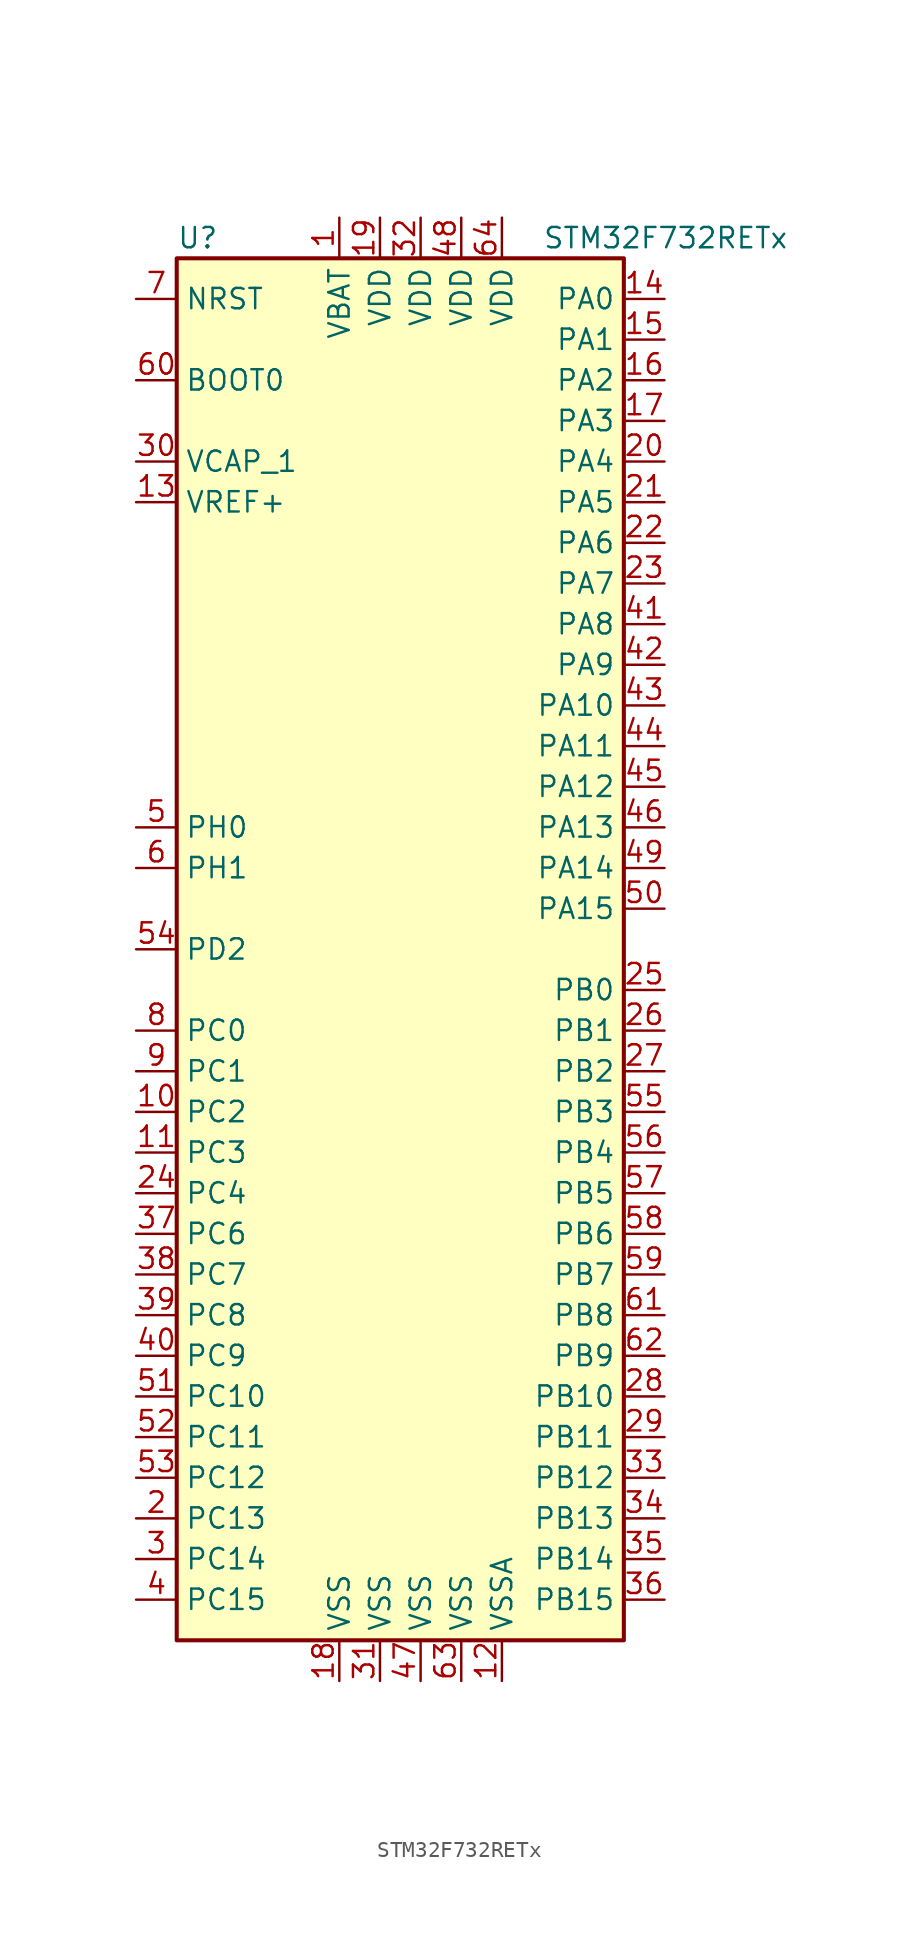
<source format=kicad_sym>
(kicad_symbol_lib
  (version 20220914)
  (generator kicad_symbol_editor)
  (symbol "STM32F732RETx"
    (property "Reference" "U"
      (at -15.24 44.45 0)
      (effects (font (size 1.27 1.27)) (justify left)))
    (property "Value" "STM32F732RETx"
      (at 7.62 44.45 0)
      (effects (font (size 1.27 1.27)) (justify left)))
    (symbol "STM32F732RETx_0_1"
      (rectangle (start -15.24 -43.18) (end 12.7 43.18) (stroke (width 0.254) (type default)) (fill (type background))))
    (symbol "STM32F732RETx_1_1"
      (pin power_in line (at -5.08 45.72 270) (length 2.54) (name "VBAT" (effects (font (size 1.27 1.27)))) (number "1" (effects (font (size 1.27 1.27)))))
      (pin bidirectional line (at -17.78 -10.16 0) (length 2.54) (name "PC2" (effects (font (size 1.27 1.27)))) (number "10" (effects (font (size 1.27 1.27)))))
      (pin bidirectional line (at -17.78 -12.7 0) (length 2.54) (name "PC3" (effects (font (size 1.27 1.27)))) (number "11" (effects (font (size 1.27 1.27)))))
      (pin power_in line (at 5.08 -45.72 90) (length 2.54) (name "VSSA" (effects (font (size 1.27 1.27)))) (number "12" (effects (font (size 1.27 1.27)))))
      (pin power_in line (at -17.78 27.94 0) (length 2.54) (name "VREF+" (effects (font (size 1.27 1.27)))) (number "13" (effects (font (size 1.27 1.27)))))
      (pin bidirectional line (at 15.24 40.64 180) (length 2.54) (name "PA0" (effects (font (size 1.27 1.27)))) (number "14" (effects (font (size 1.27 1.27)))))
      (pin bidirectional line (at 15.24 38.1 180) (length 2.54) (name "PA1" (effects (font (size 1.27 1.27)))) (number "15" (effects (font (size 1.27 1.27)))))
      (pin bidirectional line (at 15.24 35.56 180) (length 2.54) (name "PA2" (effects (font (size 1.27 1.27)))) (number "16" (effects (font (size 1.27 1.27)))))
      (pin bidirectional line (at 15.24 33.02 180) (length 2.54) (name "PA3" (effects (font (size 1.27 1.27)))) (number "17" (effects (font (size 1.27 1.27)))))
      (pin power_in line (at -5.08 -45.72 90) (length 2.54) (name "VSS" (effects (font (size 1.27 1.27)))) (number "18" (effects (font (size 1.27 1.27)))))
      (pin power_in line (at -2.54 45.72 270) (length 2.54) (name "VDD" (effects (font (size 1.27 1.27)))) (number "19" (effects (font (size 1.27 1.27)))))
      (pin bidirectional line (at -17.78 -35.56 0) (length 2.54) (name "PC13" (effects (font (size 1.27 1.27)))) (number "2" (effects (font (size 1.27 1.27)))))
      (pin bidirectional line (at 15.24 30.48 180) (length 2.54) (name "PA4" (effects (font (size 1.27 1.27)))) (number "20" (effects (font (size 1.27 1.27)))))
      (pin bidirectional line (at 15.24 27.94 180) (length 2.54) (name "PA5" (effects (font (size 1.27 1.27)))) (number "21" (effects (font (size 1.27 1.27)))))
      (pin bidirectional line (at 15.24 25.4 180) (length 2.54) (name "PA6" (effects (font (size 1.27 1.27)))) (number "22" (effects (font (size 1.27 1.27)))))
      (pin bidirectional line (at 15.24 22.86 180) (length 2.54) (name "PA7" (effects (font (size 1.27 1.27)))) (number "23" (effects (font (size 1.27 1.27)))))
      (pin bidirectional line (at -17.78 -15.24 0) (length 2.54) (name "PC4" (effects (font (size 1.27 1.27)))) (number "24" (effects (font (size 1.27 1.27)))))
      (pin bidirectional line (at 15.24 -2.54 180) (length 2.54) (name "PB0" (effects (font (size 1.27 1.27)))) (number "25" (effects (font (size 1.27 1.27)))))
      (pin bidirectional line (at 15.24 -5.08 180) (length 2.54) (name "PB1" (effects (font (size 1.27 1.27)))) (number "26" (effects (font (size 1.27 1.27)))))
      (pin bidirectional line (at 15.24 -7.62 180) (length 2.54) (name "PB2" (effects (font (size 1.27 1.27)))) (number "27" (effects (font (size 1.27 1.27)))))
      (pin bidirectional line (at 15.24 -27.94 180) (length 2.54) (name "PB10" (effects (font (size 1.27 1.27)))) (number "28" (effects (font (size 1.27 1.27)))))
      (pin bidirectional line (at 15.24 -30.48 180) (length 2.54) (name "PB11" (effects (font (size 1.27 1.27)))) (number "29" (effects (font (size 1.27 1.27)))))
      (pin bidirectional line (at -17.78 -38.1 0) (length 2.54) (name "PC14" (effects (font (size 1.27 1.27)))) (number "3" (effects (font (size 1.27 1.27)))))
      (pin power_in line (at -17.78 30.48 0) (length 2.54) (name "VCAP_1" (effects (font (size 1.27 1.27)))) (number "30" (effects (font (size 1.27 1.27)))))
      (pin power_in line (at -2.54 -45.72 90) (length 2.54) (name "VSS" (effects (font (size 1.27 1.27)))) (number "31" (effects (font (size 1.27 1.27)))))
      (pin power_in line (at 0 45.72 270) (length 2.54) (name "VDD" (effects (font (size 1.27 1.27)))) (number "32" (effects (font (size 1.27 1.27)))))
      (pin bidirectional line (at 15.24 -33.02 180) (length 2.54) (name "PB12" (effects (font (size 1.27 1.27)))) (number "33" (effects (font (size 1.27 1.27)))))
      (pin bidirectional line (at 15.24 -35.56 180) (length 2.54) (name "PB13" (effects (font (size 1.27 1.27)))) (number "34" (effects (font (size 1.27 1.27)))))
      (pin bidirectional line (at 15.24 -38.1 180) (length 2.54) (name "PB14" (effects (font (size 1.27 1.27)))) (number "35" (effects (font (size 1.27 1.27)))))
      (pin bidirectional line (at 15.24 -40.64 180) (length 2.54) (name "PB15" (effects (font (size 1.27 1.27)))) (number "36" (effects (font (size 1.27 1.27)))))
      (pin bidirectional line (at -17.78 -17.78 0) (length 2.54) (name "PC6" (effects (font (size 1.27 1.27)))) (number "37" (effects (font (size 1.27 1.27)))))
      (pin bidirectional line (at -17.78 -20.32 0) (length 2.54) (name "PC7" (effects (font (size 1.27 1.27)))) (number "38" (effects (font (size 1.27 1.27)))))
      (pin bidirectional line (at -17.78 -22.86 0) (length 2.54) (name "PC8" (effects (font (size 1.27 1.27)))) (number "39" (effects (font (size 1.27 1.27)))))
      (pin bidirectional line (at -17.78 -40.64 0) (length 2.54) (name "PC15" (effects (font (size 1.27 1.27)))) (number "4" (effects (font (size 1.27 1.27)))))
      (pin bidirectional line (at -17.78 -25.4 0) (length 2.54) (name "PC9" (effects (font (size 1.27 1.27)))) (number "40" (effects (font (size 1.27 1.27)))))
      (pin bidirectional line (at 15.24 20.32 180) (length 2.54) (name "PA8" (effects (font (size 1.27 1.27)))) (number "41" (effects (font (size 1.27 1.27)))))
      (pin bidirectional line (at 15.24 17.78 180) (length 2.54) (name "PA9" (effects (font (size 1.27 1.27)))) (number "42" (effects (font (size 1.27 1.27)))))
      (pin bidirectional line (at 15.24 15.24 180) (length 2.54) (name "PA10" (effects (font (size 1.27 1.27)))) (number "43" (effects (font (size 1.27 1.27)))))
      (pin bidirectional line (at 15.24 12.7 180) (length 2.54) (name "PA11" (effects (font (size 1.27 1.27)))) (number "44" (effects (font (size 1.27 1.27)))))
      (pin bidirectional line (at 15.24 10.16 180) (length 2.54) (name "PA12" (effects (font (size 1.27 1.27)))) (number "45" (effects (font (size 1.27 1.27)))))
      (pin bidirectional line (at 15.24 7.62 180) (length 2.54) (name "PA13" (effects (font (size 1.27 1.27)))) (number "46" (effects (font (size 1.27 1.27)))))
      (pin power_in line (at 0 -45.72 90) (length 2.54) (name "VSS" (effects (font (size 1.27 1.27)))) (number "47" (effects (font (size 1.27 1.27)))))
      (pin power_in line (at 2.54 45.72 270) (length 2.54) (name "VDD" (effects (font (size 1.27 1.27)))) (number "48" (effects (font (size 1.27 1.27)))))
      (pin bidirectional line (at 15.24 5.08 180) (length 2.54) (name "PA14" (effects (font (size 1.27 1.27)))) (number "49" (effects (font (size 1.27 1.27)))))
      (pin input line (at -17.78 7.62 0) (length 2.54) (name "PH0" (effects (font (size 1.27 1.27)))) (number "5" (effects (font (size 1.27 1.27)))))
      (pin bidirectional line (at 15.24 2.54 180) (length 2.54) (name "PA15" (effects (font (size 1.27 1.27)))) (number "50" (effects (font (size 1.27 1.27)))))
      (pin bidirectional line (at -17.78 -27.94 0) (length 2.54) (name "PC10" (effects (font (size 1.27 1.27)))) (number "51" (effects (font (size 1.27 1.27)))))
      (pin bidirectional line (at -17.78 -30.48 0) (length 2.54) (name "PC11" (effects (font (size 1.27 1.27)))) (number "52" (effects (font (size 1.27 1.27)))))
      (pin bidirectional line (at -17.78 -33.02 0) (length 2.54) (name "PC12" (effects (font (size 1.27 1.27)))) (number "53" (effects (font (size 1.27 1.27)))))
      (pin bidirectional line (at -17.78 0 0) (length 2.54) (name "PD2" (effects (font (size 1.27 1.27)))) (number "54" (effects (font (size 1.27 1.27)))))
      (pin bidirectional line (at 15.24 -10.16 180) (length 2.54) (name "PB3" (effects (font (size 1.27 1.27)))) (number "55" (effects (font (size 1.27 1.27)))))
      (pin bidirectional line (at 15.24 -12.7 180) (length 2.54) (name "PB4" (effects (font (size 1.27 1.27)))) (number "56" (effects (font (size 1.27 1.27)))))
      (pin bidirectional line (at 15.24 -15.24 180) (length 2.54) (name "PB5" (effects (font (size 1.27 1.27)))) (number "57" (effects (font (size 1.27 1.27)))))
      (pin bidirectional line (at 15.24 -17.78 180) (length 2.54) (name "PB6" (effects (font (size 1.27 1.27)))) (number "58" (effects (font (size 1.27 1.27)))))
      (pin bidirectional line (at 15.24 -20.32 180) (length 2.54) (name "PB7" (effects (font (size 1.27 1.27)))) (number "59" (effects (font (size 1.27 1.27)))))
      (pin input line (at -17.78 5.08 0) (length 2.54) (name "PH1" (effects (font (size 1.27 1.27)))) (number "6" (effects (font (size 1.27 1.27)))))
      (pin input line (at -17.78 35.56 0) (length 2.54) (name "BOOT0" (effects (font (size 1.27 1.27)))) (number "60" (effects (font (size 1.27 1.27)))))
      (pin bidirectional line (at 15.24 -22.86 180) (length 2.54) (name "PB8" (effects (font (size 1.27 1.27)))) (number "61" (effects (font (size 1.27 1.27)))))
      (pin bidirectional line (at 15.24 -25.4 180) (length 2.54) (name "PB9" (effects (font (size 1.27 1.27)))) (number "62" (effects (font (size 1.27 1.27)))))
      (pin power_in line (at 2.54 -45.72 90) (length 2.54) (name "VSS" (effects (font (size 1.27 1.27)))) (number "63" (effects (font (size 1.27 1.27)))))
      (pin power_in line (at 5.08 45.72 270) (length 2.54) (name "VDD" (effects (font (size 1.27 1.27)))) (number "64" (effects (font (size 1.27 1.27)))))
      (pin input line (at -17.78 40.64 0) (length 2.54) (name "NRST" (effects (font (size 1.27 1.27)))) (number "7" (effects (font (size 1.27 1.27)))))
      (pin bidirectional line (at -17.78 -5.08 0) (length 2.54) (name "PC0" (effects (font (size 1.27 1.27)))) (number "8" (effects (font (size 1.27 1.27)))))
      (pin bidirectional line (at -17.78 -7.62 0) (length 2.54) (name "PC1" (effects (font (size 1.27 1.27)))) (number "9" (effects (font (size 1.27 1.27))))))))
</source>
